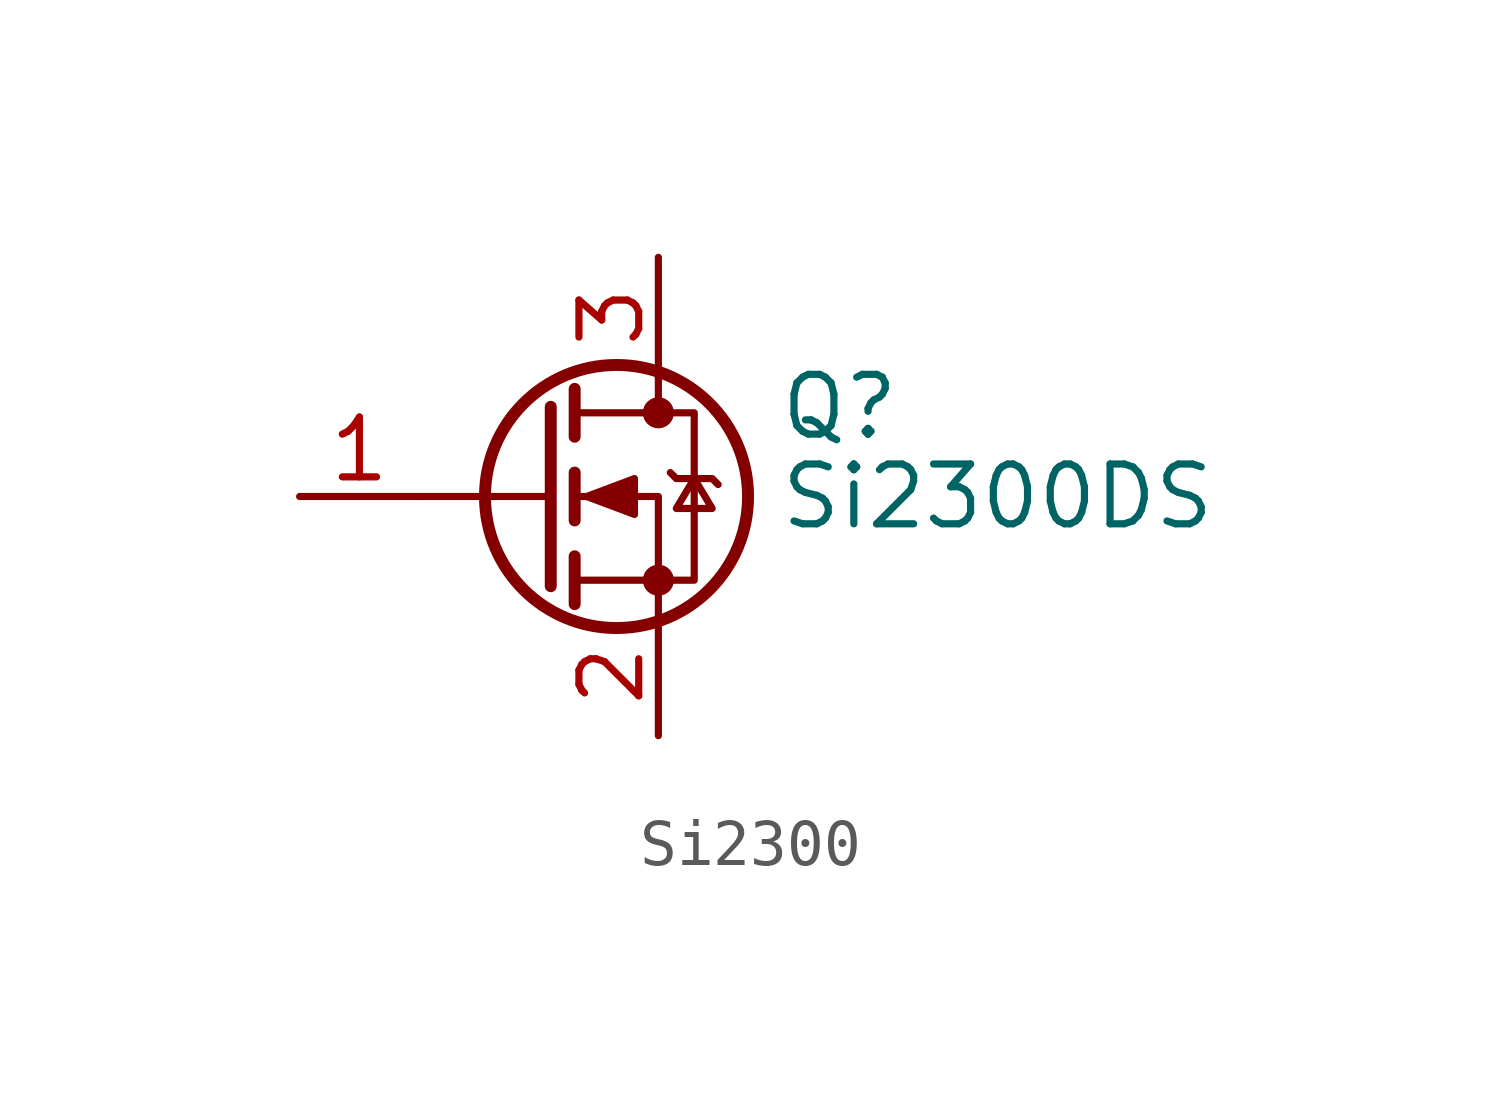
<source format=kicad_sym>
(kicad_symbol_lib
  (version 20231120)
  (generator "kicad_symbol_editor")
  (generator_version "8.0")
  (symbol "Si2300"
    (pin_names hide)
    (property "Reference" "Q"
      (at 5.08 1.905 0)
      (effects (font (size 1.27 1.27)) (justify left)))
    (property "Value" "Si2300DS"
      (at 5.08 0 0)
      (effects (font (size 1.27 1.27)) (justify left)))
    (symbol "Si2300_0_1"
      (polyline (pts (xy 0.254 0) (xy -2.54 0)) (stroke (width 0) (type default)) (fill (type none)))
      (polyline (pts (xy 0.254 1.905) (xy 0.254 -1.905)) (stroke (width 0.254) (type default)) (fill (type none)))
      (polyline (pts (xy 0.762 -1.27) (xy 0.762 -2.286)) (stroke (width 0.254) (type default)) (fill (type none)))
      (polyline (pts (xy 0.762 0.508) (xy 0.762 -0.508)) (stroke (width 0.254) (type default)) (fill (type none)))
      (polyline (pts (xy 0.762 2.286) (xy 0.762 1.27)) (stroke (width 0.254) (type default)) (fill (type none)))
      (polyline (pts (xy 2.54 2.54) (xy 2.54 1.778)) (stroke (width 0) (type default)) (fill (type none)))
      (polyline (pts (xy 2.54 -2.54) (xy 2.54 0) (xy 0.762 0)) (stroke (width 0) (type default)) (fill (type none)))
      (polyline (pts (xy 0.762 -1.778) (xy 3.302 -1.778) (xy 3.302 1.778) (xy 0.762 1.778)) (stroke (width 0) (type default)) (fill (type none)))
      (polyline (pts (xy 1.016 0) (xy 2.032 0.381) (xy 2.032 -0.381) (xy 1.016 0)) (stroke (width 0) (type default)) (fill (type outline)))
      (polyline (pts (xy 2.794 0.508) (xy 2.921 0.381) (xy 3.683 0.381) (xy 3.81 0.254)) (stroke (width 0) (type default)) (fill (type none)))
      (polyline (pts (xy 3.302 0.381) (xy 2.921 -0.254) (xy 3.683 -0.254) (xy 3.302 0.381)) (stroke (width 0) (type default)) (fill (type none)))
      (circle (center 1.651 0) (radius 2.794) (stroke (width 0.254) (type default)) (fill (type none)))
      (circle (center 2.54 -1.778) (radius 0.254) (stroke (width 0) (type default)) (fill (type outline)))
      (circle (center 2.54 1.778) (radius 0.254) (stroke (width 0) (type default)) (fill (type outline))))
    (symbol "Si2300_1_1"
      (pin input line (at -5.08 0 0) (length 2.54) (name "G" (effects (font (size 1.27 1.27)))) (number "1" (effects (font (size 1.27 1.27)))))
      (pin passive line (at 2.54 -5.08 90) (length 2.54) (name "S" (effects (font (size 1.27 1.27)))) (number "2" (effects (font (size 1.27 1.27)))))
      (pin passive line (at 2.54 5.08 270) (length 2.54) (name "D" (effects (font (size 1.27 1.27)))) (number "3" (effects (font (size 1.27 1.27))))))))
</source>
